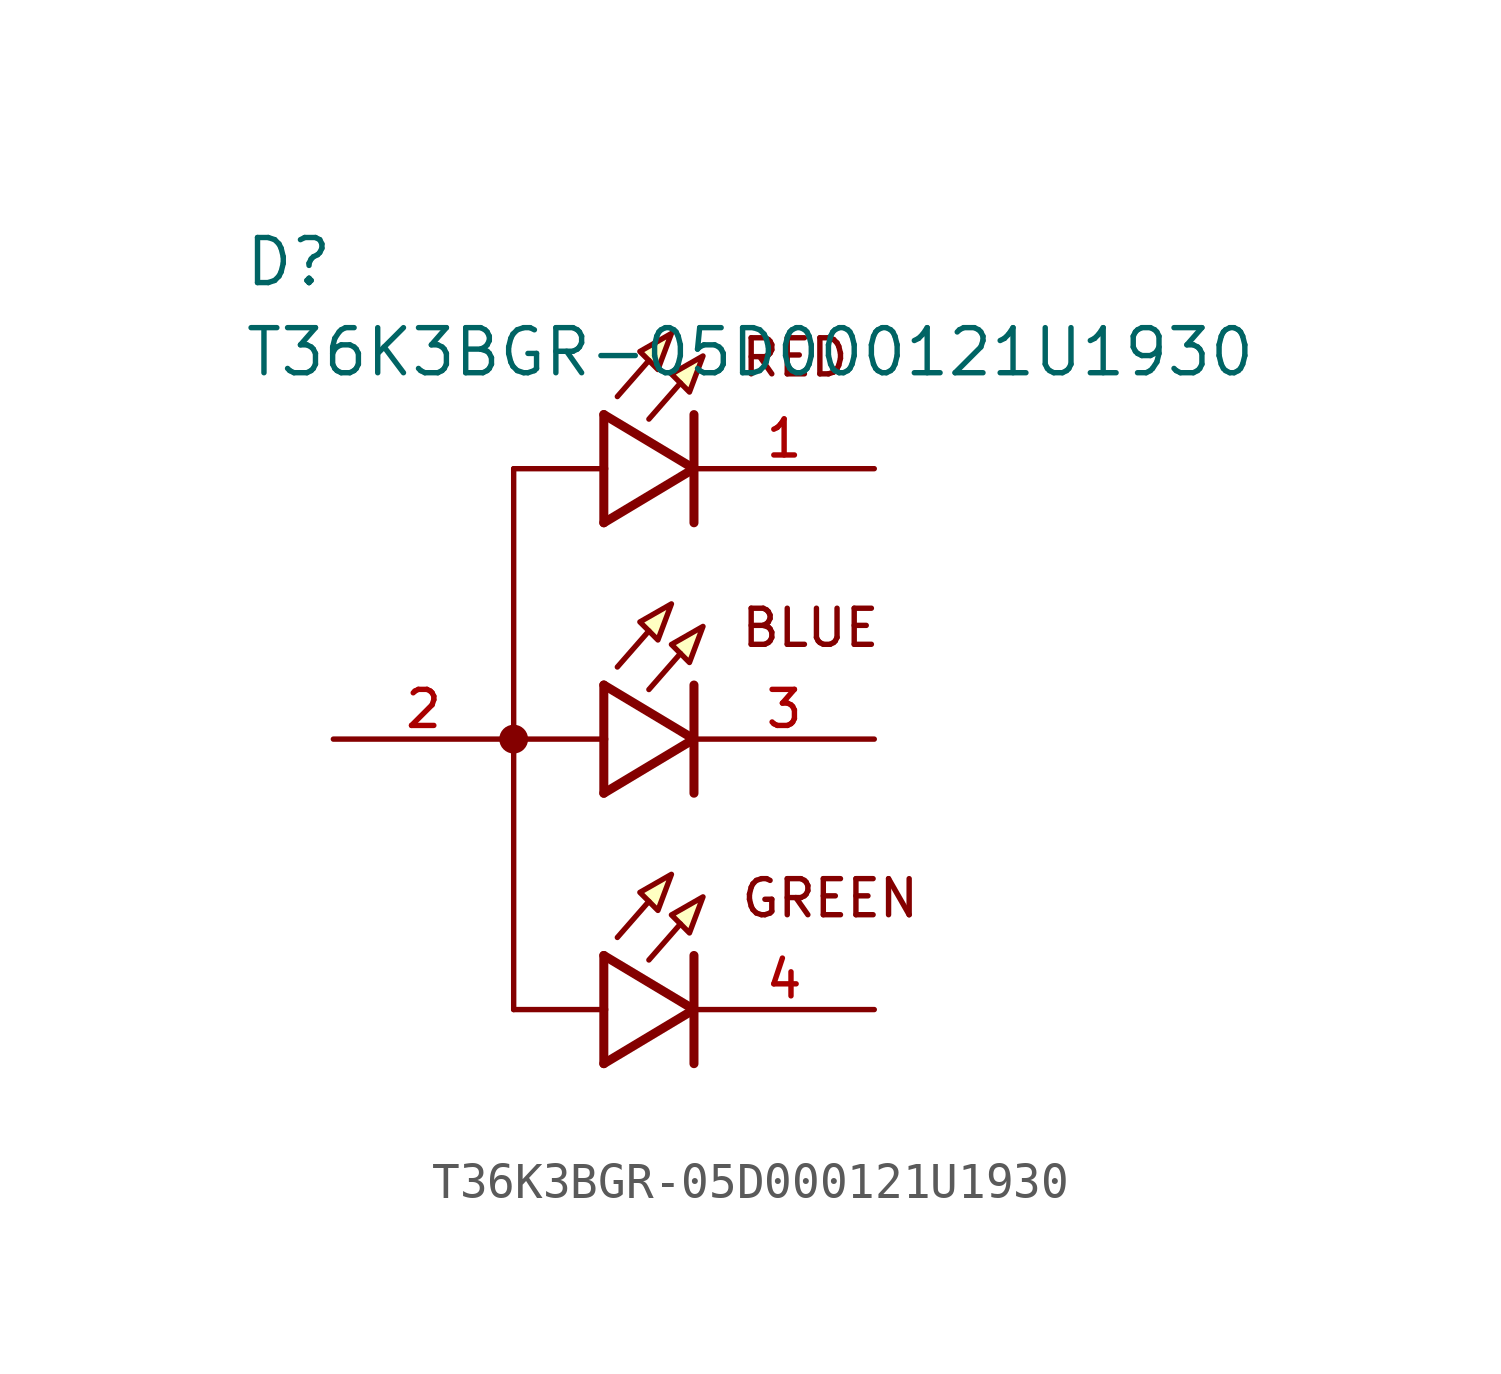
<source format=kicad_sym>
(kicad_symbol_lib
  (version 20211014)
  (generator kicad_symbol_editor)
  (symbol "T36K3BGR-05D000121U1930"
    (pin_names
      (offset 1.016) hide)
    (property "Reference" "D"
      (at -10.16 12.7 0)
      (effects (font (size 1.27 1.27)) (justify left bottom)))
    (property "Value" "T36K3BGR-05D000121U1930"
      (at -10.16 10.16 0)
      (effects (font (size 1.27 1.27)) (justify left bottom)))
    (property "ki_locked" ""
      (at 0 0 0)
      (effects (font (size 1.27 1.27))))
    (symbol "T36K3BGR-05D000121U1930_0_0"
      (circle (center -2.54 0) (radius 0.203) (stroke (width 0.406) (type default) (color 0 0 0 0)) (fill (type none)))
      (polyline (pts (xy -2.54 -7.62) (xy 0 -7.62)) (stroke (width 0.152) (type default) (color 0 0 0 0)) (fill (type none)))
      (polyline (pts (xy -2.54 0) (xy -2.54 -7.62)) (stroke (width 0.152) (type default) (color 0 0 0 0)) (fill (type none)))
      (polyline (pts (xy -2.54 7.62) (xy -2.54 0)) (stroke (width 0.152) (type default) (color 0 0 0 0)) (fill (type none)))
      (polyline (pts (xy 0 -9.144) (xy 2.54 -7.62)) (stroke (width 0.254) (type default) (color 0 0 0 0)) (fill (type none)))
      (polyline (pts (xy 0 -7.62) (xy 0 -9.144)) (stroke (width 0.254) (type default) (color 0 0 0 0)) (fill (type none)))
      (polyline (pts (xy 0 -6.096) (xy 0 -7.62)) (stroke (width 0.254) (type default) (color 0 0 0 0)) (fill (type none)))
      (polyline (pts (xy 0 -1.524) (xy 2.54 0)) (stroke (width 0.254) (type default) (color 0 0 0 0)) (fill (type none)))
      (polyline (pts (xy 0 0) (xy -2.54 0)) (stroke (width 0.152) (type default) (color 0 0 0 0)) (fill (type none)))
      (polyline (pts (xy 0 0) (xy 0 -1.524)) (stroke (width 0.254) (type default) (color 0 0 0 0)) (fill (type none)))
      (polyline (pts (xy 0 1.524) (xy 0 0)) (stroke (width 0.254) (type default) (color 0 0 0 0)) (fill (type none)))
      (polyline (pts (xy 0 6.096) (xy 2.54 7.62)) (stroke (width 0.254) (type default) (color 0 0 0 0)) (fill (type none)))
      (polyline (pts (xy 0 7.62) (xy -2.54 7.62)) (stroke (width 0.152) (type default) (color 0 0 0 0)) (fill (type none)))
      (polyline (pts (xy 0 7.62) (xy 0 6.096)) (stroke (width 0.254) (type default) (color 0 0 0 0)) (fill (type none)))
      (polyline (pts (xy 0 9.144) (xy 0 7.62)) (stroke (width 0.254) (type default) (color 0 0 0 0)) (fill (type none)))
      (polyline (pts (xy 1.27 -4.572) (xy 0.381 -5.588)) (stroke (width 0.152) (type default) (color 0 0 0 0)) (fill (type none)))
      (polyline (pts (xy 1.27 3.048) (xy 0.381 2.032)) (stroke (width 0.152) (type default) (color 0 0 0 0)) (fill (type none)))
      (polyline (pts (xy 1.27 10.668) (xy 0.381 9.652)) (stroke (width 0.152) (type default) (color 0 0 0 0)) (fill (type none)))
      (polyline (pts (xy 2.159 -5.207) (xy 1.27 -6.223)) (stroke (width 0.152) (type default) (color 0 0 0 0)) (fill (type none)))
      (polyline (pts (xy 2.159 2.413) (xy 1.27 1.397)) (stroke (width 0.152) (type default) (color 0 0 0 0)) (fill (type none)))
      (polyline (pts (xy 2.159 10.033) (xy 1.27 9.017)) (stroke (width 0.152) (type default) (color 0 0 0 0)) (fill (type none)))
      (polyline (pts (xy 2.54 -7.62) (xy 0 -6.096)) (stroke (width 0.254) (type default) (color 0 0 0 0)) (fill (type none)))
      (polyline (pts (xy 2.54 -6.096) (xy 2.54 -9.144)) (stroke (width 0.254) (type default) (color 0 0 0 0)) (fill (type none)))
      (polyline (pts (xy 2.54 0) (xy 0 1.524)) (stroke (width 0.254) (type default) (color 0 0 0 0)) (fill (type none)))
      (polyline (pts (xy 2.54 1.524) (xy 2.54 -1.524)) (stroke (width 0.254) (type default) (color 0 0 0 0)) (fill (type none)))
      (polyline (pts (xy 2.54 7.62) (xy 0 9.144)) (stroke (width 0.254) (type default) (color 0 0 0 0)) (fill (type none)))
      (polyline (pts (xy 2.54 9.144) (xy 2.54 6.096)) (stroke (width 0.254) (type default) (color 0 0 0 0)) (fill (type none)))
      (polyline (pts (xy 1.016 -4.318) (xy 1.524 -4.826) (xy 1.905 -3.81) (xy 1.016 -4.318)) (stroke (width 0.152) (type default) (color 0 0 0 0)) (fill (type background)))
      (polyline (pts (xy 1.016 3.302) (xy 1.524 2.794) (xy 1.905 3.81) (xy 1.016 3.302)) (stroke (width 0.152) (type default) (color 0 0 0 0)) (fill (type background)))
      (polyline (pts (xy 1.016 10.922) (xy 1.524 10.414) (xy 1.905 11.43) (xy 1.016 10.922)) (stroke (width 0.152) (type default) (color 0 0 0 0)) (fill (type background)))
      (polyline (pts (xy 1.905 -4.953) (xy 2.413 -5.461) (xy 2.794 -4.445) (xy 1.905 -4.953)) (stroke (width 0.152) (type default) (color 0 0 0 0)) (fill (type background)))
      (polyline (pts (xy 1.905 2.667) (xy 2.413 2.159) (xy 2.794 3.175) (xy 1.905 2.667)) (stroke (width 0.152) (type default) (color 0 0 0 0)) (fill (type background)))
      (polyline (pts (xy 1.905 10.287) (xy 2.413 9.779) (xy 2.794 10.795) (xy 1.905 10.287)) (stroke (width 0.152) (type default) (color 0 0 0 0)) (fill (type background)))
      (text "BLUE" (at 3.81 2.54 0) (effects (font (size 1.016 1.016)) (justify left bottom)))
      (text "GREEN" (at 3.81 -5.08 0) (effects (font (size 1.016 1.016)) (justify left bottom)))
      (text "RED" (at 3.81 10.16 0) (effects (font (size 1.016 1.016)) (justify left bottom)))
      (pin passive line (at 7.62 7.62 180) (length 5.08) (name "~" (effects (font (size 1.016 1.016)))) (number "1" (effects (font (size 1.016 1.016)))))
      (pin passive line (at -7.62 0 0) (length 5.08) (name "~" (effects (font (size 1.016 1.016)))) (number "2" (effects (font (size 1.016 1.016)))))
      (pin passive line (at 7.62 0 180) (length 5.08) (name "~" (effects (font (size 1.016 1.016)))) (number "3" (effects (font (size 1.016 1.016)))))
      (pin passive line (at 7.62 -7.62 180) (length 5.08) (name "~" (effects (font (size 1.016 1.016)))) (number "4" (effects (font (size 1.016 1.016))))))))
</source>
